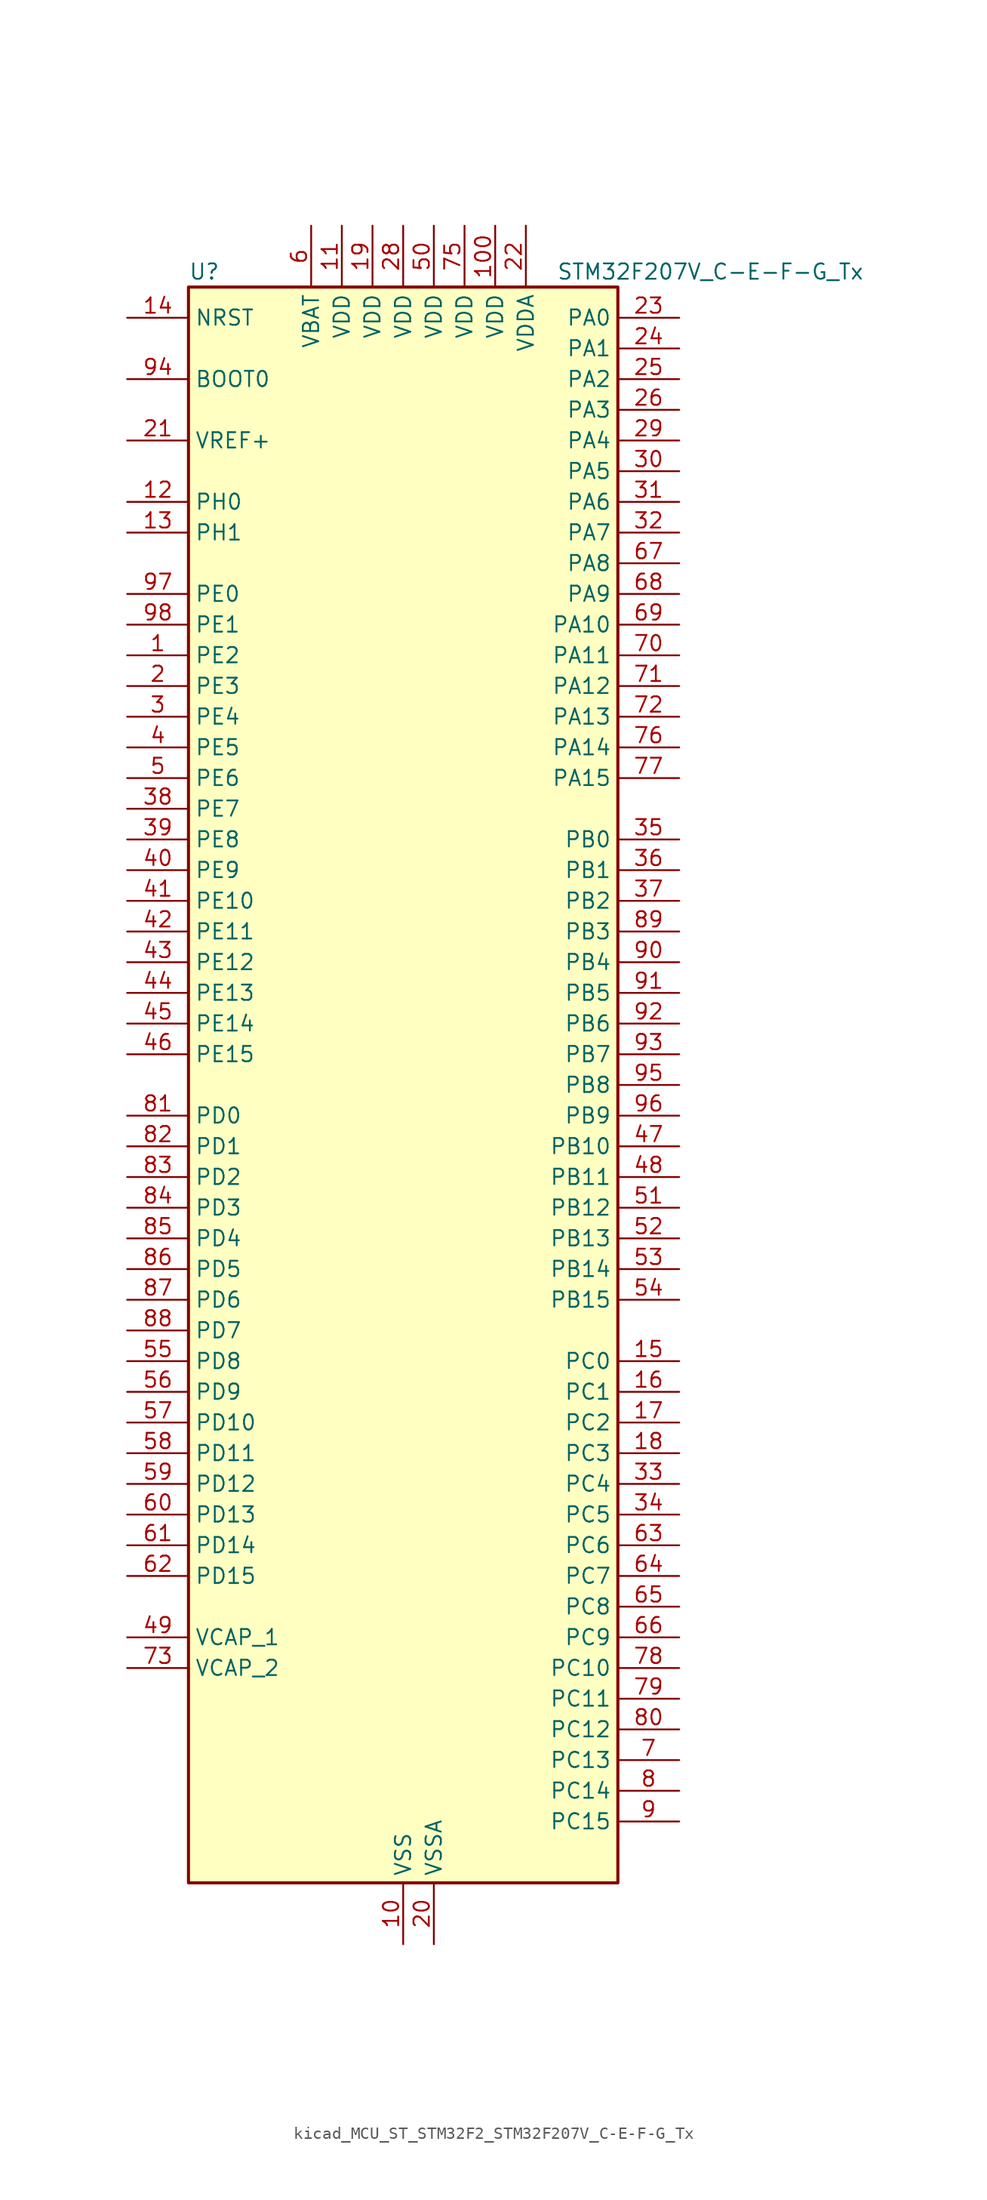
<source format=kicad_sym>
(kicad_symbol_lib
  (version 20220914)
  (generator kicad_symbol_editor)
  (symbol "kicad_MCU_ST_STM32F2_STM32F207V_C-E-F-G_Tx"
    (property "Reference" "U"
      (at -17.78 67.31 0)
      (effects (font (size 1.27 1.27)) (justify left)))
    (property "Value" "STM32F207V_C-E-F-G_Tx"
      (at 12.7 67.31 0)
      (effects (font (size 1.27 1.27)) (justify left)))
    (property "ki_locked" ""
      (at 0 0 0)
      (effects (font (size 1.27 1.27))))
    (symbol "kicad_MCU_ST_STM32F2_STM32F207V_C-E-F-G_Tx_0_1"
      (rectangle (start -17.78 -66.04) (end 17.78 66.04) (stroke (width 0.254) (type default)) (fill (type background))))
    (symbol "kicad_MCU_ST_STM32F2_STM32F207V_C-E-F-G_Tx_1_1"
      (pin bidirectional line (at -22.86 35.56 0) (length 5.08) (name "PE2" (effects (font (size 1.27 1.27)))) (number "1" (effects (font (size 1.27 1.27)))) (alternate "ETH_TXD3" bidirectional line) (alternate "FSMC_A23" bidirectional line) (alternate "SYS_TRACECLK" bidirectional line))
      (pin power_in line (at 0 -71.12 90) (length 5.08) (name "VSS" (effects (font (size 1.27 1.27)))) (number "10" (effects (font (size 1.27 1.27)))))
      (pin power_in line (at 7.62 71.12 270) (length 5.08) (name "VDD" (effects (font (size 1.27 1.27)))) (number "100" (effects (font (size 1.27 1.27)))))
      (pin power_in line (at -5.08 71.12 270) (length 5.08) (name "VDD" (effects (font (size 1.27 1.27)))) (number "11" (effects (font (size 1.27 1.27)))))
      (pin bidirectional line (at -22.86 48.26 0) (length 5.08) (name "PH0" (effects (font (size 1.27 1.27)))) (number "12" (effects (font (size 1.27 1.27)))) (alternate "RCC_OSC_IN" bidirectional line))
      (pin bidirectional line (at -22.86 45.72 0) (length 5.08) (name "PH1" (effects (font (size 1.27 1.27)))) (number "13" (effects (font (size 1.27 1.27)))) (alternate "RCC_OSC_OUT" bidirectional line))
      (pin input line (at -22.86 63.5 0) (length 5.08) (name "NRST" (effects (font (size 1.27 1.27)))) (number "14" (effects (font (size 1.27 1.27)))))
      (pin bidirectional line (at 22.86 -22.86 180) (length 5.08) (name "PC0" (effects (font (size 1.27 1.27)))) (number "15" (effects (font (size 1.27 1.27)))) (alternate "ADC1_IN10" bidirectional line) (alternate "ADC2_IN10" bidirectional line) (alternate "ADC3_IN10" bidirectional line) (alternate "USB_OTG_HS_ULPI_STP" bidirectional line))
      (pin bidirectional line (at 22.86 -25.4 180) (length 5.08) (name "PC1" (effects (font (size 1.27 1.27)))) (number "16" (effects (font (size 1.27 1.27)))) (alternate "ADC1_IN11" bidirectional line) (alternate "ADC2_IN11" bidirectional line) (alternate "ADC3_IN11" bidirectional line) (alternate "ETH_MDC" bidirectional line))
      (pin bidirectional line (at 22.86 -27.94 180) (length 5.08) (name "PC2" (effects (font (size 1.27 1.27)))) (number "17" (effects (font (size 1.27 1.27)))) (alternate "ADC1_IN12" bidirectional line) (alternate "ADC2_IN12" bidirectional line) (alternate "ADC3_IN12" bidirectional line) (alternate "ETH_TXD2" bidirectional line) (alternate "SPI2_MISO" bidirectional line) (alternate "USB_OTG_HS_ULPI_DIR" bidirectional line))
      (pin bidirectional line (at 22.86 -30.48 180) (length 5.08) (name "PC3" (effects (font (size 1.27 1.27)))) (number "18" (effects (font (size 1.27 1.27)))) (alternate "ADC1_IN13" bidirectional line) (alternate "ADC2_IN13" bidirectional line) (alternate "ADC3_IN13" bidirectional line) (alternate "ETH_TX_CLK" bidirectional line) (alternate "I2S2_SD" bidirectional line) (alternate "SPI2_MOSI" bidirectional line) (alternate "USB_OTG_HS_ULPI_NXT" bidirectional line))
      (pin power_in line (at -2.54 71.12 270) (length 5.08) (name "VDD" (effects (font (size 1.27 1.27)))) (number "19" (effects (font (size 1.27 1.27)))))
      (pin bidirectional line (at -22.86 33.02 0) (length 5.08) (name "PE3" (effects (font (size 1.27 1.27)))) (number "2" (effects (font (size 1.27 1.27)))) (alternate "FSMC_A19" bidirectional line) (alternate "SYS_TRACED0" bidirectional line))
      (pin power_in line (at 2.54 -71.12 90) (length 5.08) (name "VSSA" (effects (font (size 1.27 1.27)))) (number "20" (effects (font (size 1.27 1.27)))))
      (pin input line (at -22.86 53.34 0) (length 5.08) (name "VREF+" (effects (font (size 1.27 1.27)))) (number "21" (effects (font (size 1.27 1.27)))))
      (pin power_in line (at 10.16 71.12 270) (length 5.08) (name "VDDA" (effects (font (size 1.27 1.27)))) (number "22" (effects (font (size 1.27 1.27)))))
      (pin bidirectional line (at 22.86 63.5 180) (length 5.08) (name "PA0" (effects (font (size 1.27 1.27)))) (number "23" (effects (font (size 1.27 1.27)))) (alternate "ADC1_IN0" bidirectional line) (alternate "ADC2_IN0" bidirectional line) (alternate "ADC3_IN0" bidirectional line) (alternate "ETH_CRS" bidirectional line) (alternate "SYS_WKUP" bidirectional line) (alternate "TIM2_CH1" bidirectional line) (alternate "TIM2_ETR" bidirectional line) (alternate "TIM5_CH1" bidirectional line) (alternate "TIM8_ETR" bidirectional line) (alternate "UART4_TX" bidirectional line) (alternate "USART2_CTS" bidirectional line))
      (pin bidirectional line (at 22.86 60.96 180) (length 5.08) (name "PA1" (effects (font (size 1.27 1.27)))) (number "24" (effects (font (size 1.27 1.27)))) (alternate "ADC1_IN1" bidirectional line) (alternate "ADC2_IN1" bidirectional line) (alternate "ADC3_IN1" bidirectional line) (alternate "ETH_REF_CLK" bidirectional line) (alternate "ETH_RX_CLK" bidirectional line) (alternate "TIM2_CH2" bidirectional line) (alternate "TIM5_CH2" bidirectional line) (alternate "UART4_RX" bidirectional line) (alternate "USART2_RTS" bidirectional line))
      (pin bidirectional line (at 22.86 58.42 180) (length 5.08) (name "PA2" (effects (font (size 1.27 1.27)))) (number "25" (effects (font (size 1.27 1.27)))) (alternate "ADC1_IN2" bidirectional line) (alternate "ADC2_IN2" bidirectional line) (alternate "ADC3_IN2" bidirectional line) (alternate "ETH_MDIO" bidirectional line) (alternate "TIM2_CH3" bidirectional line) (alternate "TIM5_CH3" bidirectional line) (alternate "TIM9_CH1" bidirectional line) (alternate "USART2_TX" bidirectional line))
      (pin bidirectional line (at 22.86 55.88 180) (length 5.08) (name "PA3" (effects (font (size 1.27 1.27)))) (number "26" (effects (font (size 1.27 1.27)))) (alternate "ADC1_IN3" bidirectional line) (alternate "ADC2_IN3" bidirectional line) (alternate "ADC3_IN3" bidirectional line) (alternate "ETH_COL" bidirectional line) (alternate "TIM2_CH4" bidirectional line) (alternate "TIM5_CH4" bidirectional line) (alternate "TIM9_CH2" bidirectional line) (alternate "USART2_RX" bidirectional line) (alternate "USB_OTG_HS_ULPI_D0" bidirectional line))
      (pin passive line (at 0 -71.12 90) (length 5.08) hide (name "VSS" (effects (font (size 1.27 1.27)))) (number "27" (effects (font (size 1.27 1.27)))))
      (pin power_in line (at 0 71.12 270) (length 5.08) (name "VDD" (effects (font (size 1.27 1.27)))) (number "28" (effects (font (size 1.27 1.27)))))
      (pin bidirectional line (at 22.86 53.34 180) (length 5.08) (name "PA4" (effects (font (size 1.27 1.27)))) (number "29" (effects (font (size 1.27 1.27)))) (alternate "ADC1_IN4" bidirectional line) (alternate "ADC2_IN4" bidirectional line) (alternate "DAC_OUT1" bidirectional line) (alternate "DCMI_HSYNC" bidirectional line) (alternate "I2S3_WS" bidirectional line) (alternate "SPI1_NSS" bidirectional line) (alternate "SPI3_NSS" bidirectional line) (alternate "USART2_CK" bidirectional line) (alternate "USB_OTG_HS_SOF" bidirectional line))
      (pin bidirectional line (at -22.86 30.48 0) (length 5.08) (name "PE4" (effects (font (size 1.27 1.27)))) (number "3" (effects (font (size 1.27 1.27)))) (alternate "DCMI_D4" bidirectional line) (alternate "FSMC_A20" bidirectional line) (alternate "SYS_TRACED1" bidirectional line))
      (pin bidirectional line (at 22.86 50.8 180) (length 5.08) (name "PA5" (effects (font (size 1.27 1.27)))) (number "30" (effects (font (size 1.27 1.27)))) (alternate "ADC1_IN5" bidirectional line) (alternate "ADC2_IN5" bidirectional line) (alternate "DAC_OUT2" bidirectional line) (alternate "SPI1_SCK" bidirectional line) (alternate "TIM2_CH1" bidirectional line) (alternate "TIM2_ETR" bidirectional line) (alternate "TIM8_CH1N" bidirectional line) (alternate "USB_OTG_HS_ULPI_CK" bidirectional line))
      (pin bidirectional line (at 22.86 48.26 180) (length 5.08) (name "PA6" (effects (font (size 1.27 1.27)))) (number "31" (effects (font (size 1.27 1.27)))) (alternate "ADC1_IN6" bidirectional line) (alternate "ADC2_IN6" bidirectional line) (alternate "DCMI_PIXCLK" bidirectional line) (alternate "SPI1_MISO" bidirectional line) (alternate "TIM13_CH1" bidirectional line) (alternate "TIM1_BKIN" bidirectional line) (alternate "TIM3_CH1" bidirectional line) (alternate "TIM8_BKIN" bidirectional line))
      (pin bidirectional line (at 22.86 45.72 180) (length 5.08) (name "PA7" (effects (font (size 1.27 1.27)))) (number "32" (effects (font (size 1.27 1.27)))) (alternate "ADC1_IN7" bidirectional line) (alternate "ADC2_IN7" bidirectional line) (alternate "ETH_CRS_DV" bidirectional line) (alternate "ETH_RX_DV" bidirectional line) (alternate "SPI1_MOSI" bidirectional line) (alternate "TIM14_CH1" bidirectional line) (alternate "TIM1_CH1N" bidirectional line) (alternate "TIM3_CH2" bidirectional line) (alternate "TIM8_CH1N" bidirectional line))
      (pin bidirectional line (at 22.86 -33.02 180) (length 5.08) (name "PC4" (effects (font (size 1.27 1.27)))) (number "33" (effects (font (size 1.27 1.27)))) (alternate "ADC1_IN14" bidirectional line) (alternate "ADC2_IN14" bidirectional line) (alternate "ETH_RXD0" bidirectional line))
      (pin bidirectional line (at 22.86 -35.56 180) (length 5.08) (name "PC5" (effects (font (size 1.27 1.27)))) (number "34" (effects (font (size 1.27 1.27)))) (alternate "ADC1_IN15" bidirectional line) (alternate "ADC2_IN15" bidirectional line) (alternate "ETH_RXD1" bidirectional line))
      (pin bidirectional line (at 22.86 20.32 180) (length 5.08) (name "PB0" (effects (font (size 1.27 1.27)))) (number "35" (effects (font (size 1.27 1.27)))) (alternate "ADC1_IN8" bidirectional line) (alternate "ADC2_IN8" bidirectional line) (alternate "ETH_RXD2" bidirectional line) (alternate "TIM1_CH2N" bidirectional line) (alternate "TIM3_CH3" bidirectional line) (alternate "TIM8_CH2N" bidirectional line) (alternate "USB_OTG_HS_ULPI_D1" bidirectional line))
      (pin bidirectional line (at 22.86 17.78 180) (length 5.08) (name "PB1" (effects (font (size 1.27 1.27)))) (number "36" (effects (font (size 1.27 1.27)))) (alternate "ADC1_IN9" bidirectional line) (alternate "ADC2_IN9" bidirectional line) (alternate "ETH_RXD3" bidirectional line) (alternate "TIM1_CH3N" bidirectional line) (alternate "TIM3_CH4" bidirectional line) (alternate "TIM8_CH3N" bidirectional line) (alternate "USB_OTG_HS_ULPI_D2" bidirectional line))
      (pin bidirectional line (at 22.86 15.24 180) (length 5.08) (name "PB2" (effects (font (size 1.27 1.27)))) (number "37" (effects (font (size 1.27 1.27)))))
      (pin bidirectional line (at -22.86 22.86 0) (length 5.08) (name "PE7" (effects (font (size 1.27 1.27)))) (number "38" (effects (font (size 1.27 1.27)))) (alternate "FSMC_D4" bidirectional line) (alternate "FSMC_DA4" bidirectional line) (alternate "TIM1_ETR" bidirectional line))
      (pin bidirectional line (at -22.86 20.32 0) (length 5.08) (name "PE8" (effects (font (size 1.27 1.27)))) (number "39" (effects (font (size 1.27 1.27)))) (alternate "FSMC_D5" bidirectional line) (alternate "FSMC_DA5" bidirectional line) (alternate "TIM1_CH1N" bidirectional line))
      (pin bidirectional line (at -22.86 27.94 0) (length 5.08) (name "PE5" (effects (font (size 1.27 1.27)))) (number "4" (effects (font (size 1.27 1.27)))) (alternate "DCMI_D6" bidirectional line) (alternate "FSMC_A21" bidirectional line) (alternate "SYS_TRACED2" bidirectional line) (alternate "TIM9_CH1" bidirectional line))
      (pin bidirectional line (at -22.86 17.78 0) (length 5.08) (name "PE9" (effects (font (size 1.27 1.27)))) (number "40" (effects (font (size 1.27 1.27)))) (alternate "DAC_EXTI9" bidirectional line) (alternate "FSMC_D6" bidirectional line) (alternate "FSMC_DA6" bidirectional line) (alternate "TIM1_CH1" bidirectional line))
      (pin bidirectional line (at -22.86 15.24 0) (length 5.08) (name "PE10" (effects (font (size 1.27 1.27)))) (number "41" (effects (font (size 1.27 1.27)))) (alternate "FSMC_D7" bidirectional line) (alternate "FSMC_DA7" bidirectional line) (alternate "TIM1_CH2N" bidirectional line))
      (pin bidirectional line (at -22.86 12.7 0) (length 5.08) (name "PE11" (effects (font (size 1.27 1.27)))) (number "42" (effects (font (size 1.27 1.27)))) (alternate "ADC1_EXTI11" bidirectional line) (alternate "ADC2_EXTI11" bidirectional line) (alternate "ADC3_EXTI11" bidirectional line) (alternate "FSMC_D8" bidirectional line) (alternate "FSMC_DA8" bidirectional line) (alternate "TIM1_CH2" bidirectional line))
      (pin bidirectional line (at -22.86 10.16 0) (length 5.08) (name "PE12" (effects (font (size 1.27 1.27)))) (number "43" (effects (font (size 1.27 1.27)))) (alternate "FSMC_D9" bidirectional line) (alternate "FSMC_DA9" bidirectional line) (alternate "TIM1_CH3N" bidirectional line))
      (pin bidirectional line (at -22.86 7.62 0) (length 5.08) (name "PE13" (effects (font (size 1.27 1.27)))) (number "44" (effects (font (size 1.27 1.27)))) (alternate "FSMC_D10" bidirectional line) (alternate "FSMC_DA10" bidirectional line) (alternate "TIM1_CH3" bidirectional line))
      (pin bidirectional line (at -22.86 5.08 0) (length 5.08) (name "PE14" (effects (font (size 1.27 1.27)))) (number "45" (effects (font (size 1.27 1.27)))) (alternate "FSMC_D11" bidirectional line) (alternate "FSMC_DA11" bidirectional line) (alternate "TIM1_CH4" bidirectional line))
      (pin bidirectional line (at -22.86 2.54 0) (length 5.08) (name "PE15" (effects (font (size 1.27 1.27)))) (number "46" (effects (font (size 1.27 1.27)))) (alternate "ADC1_EXTI15" bidirectional line) (alternate "ADC2_EXTI15" bidirectional line) (alternate "ADC3_EXTI15" bidirectional line) (alternate "FSMC_D12" bidirectional line) (alternate "FSMC_DA12" bidirectional line) (alternate "TIM1_BKIN" bidirectional line))
      (pin bidirectional line (at 22.86 -5.08 180) (length 5.08) (name "PB10" (effects (font (size 1.27 1.27)))) (number "47" (effects (font (size 1.27 1.27)))) (alternate "ETH_RX_ER" bidirectional line) (alternate "I2C2_SCL" bidirectional line) (alternate "I2S2_SCK" bidirectional line) (alternate "SPI2_SCK" bidirectional line) (alternate "TIM2_CH3" bidirectional line) (alternate "USART3_TX" bidirectional line) (alternate "USB_OTG_HS_ULPI_D3" bidirectional line))
      (pin bidirectional line (at 22.86 -7.62 180) (length 5.08) (name "PB11" (effects (font (size 1.27 1.27)))) (number "48" (effects (font (size 1.27 1.27)))) (alternate "ADC1_EXTI11" bidirectional line) (alternate "ADC2_EXTI11" bidirectional line) (alternate "ADC3_EXTI11" bidirectional line) (alternate "ETH_TX_EN" bidirectional line) (alternate "I2C2_SDA" bidirectional line) (alternate "TIM2_CH4" bidirectional line) (alternate "USART3_RX" bidirectional line) (alternate "USB_OTG_HS_ULPI_D4" bidirectional line))
      (pin power_out line (at -22.86 -45.72 0) (length 5.08) (name "VCAP_1" (effects (font (size 1.27 1.27)))) (number "49" (effects (font (size 1.27 1.27)))))
      (pin bidirectional line (at -22.86 25.4 0) (length 5.08) (name "PE6" (effects (font (size 1.27 1.27)))) (number "5" (effects (font (size 1.27 1.27)))) (alternate "DCMI_D7" bidirectional line) (alternate "FSMC_A22" bidirectional line) (alternate "SYS_TRACED3" bidirectional line) (alternate "TIM9_CH2" bidirectional line))
      (pin power_in line (at 2.54 71.12 270) (length 5.08) (name "VDD" (effects (font (size 1.27 1.27)))) (number "50" (effects (font (size 1.27 1.27)))))
      (pin bidirectional line (at 22.86 -10.16 180) (length 5.08) (name "PB12" (effects (font (size 1.27 1.27)))) (number "51" (effects (font (size 1.27 1.27)))) (alternate "CAN2_RX" bidirectional line) (alternate "ETH_TXD0" bidirectional line) (alternate "I2C2_SMBA" bidirectional line) (alternate "I2S2_WS" bidirectional line) (alternate "SPI2_NSS" bidirectional line) (alternate "TIM1_BKIN" bidirectional line) (alternate "USART3_CK" bidirectional line) (alternate "USB_OTG_HS_ID" bidirectional line) (alternate "USB_OTG_HS_ULPI_D5" bidirectional line))
      (pin bidirectional line (at 22.86 -12.7 180) (length 5.08) (name "PB13" (effects (font (size 1.27 1.27)))) (number "52" (effects (font (size 1.27 1.27)))) (alternate "CAN2_TX" bidirectional line) (alternate "ETH_TXD1" bidirectional line) (alternate "I2S2_SCK" bidirectional line) (alternate "SPI2_SCK" bidirectional line) (alternate "TIM1_CH1N" bidirectional line) (alternate "USART3_CTS" bidirectional line) (alternate "USB_OTG_HS_ULPI_D6" bidirectional line) (alternate "USB_OTG_HS_VBUS" bidirectional line))
      (pin bidirectional line (at 22.86 -15.24 180) (length 5.08) (name "PB14" (effects (font (size 1.27 1.27)))) (number "53" (effects (font (size 1.27 1.27)))) (alternate "SPI2_MISO" bidirectional line) (alternate "TIM12_CH1" bidirectional line) (alternate "TIM1_CH2N" bidirectional line) (alternate "TIM8_CH2N" bidirectional line) (alternate "USART3_RTS" bidirectional line) (alternate "USB_OTG_HS_DM" bidirectional line))
      (pin bidirectional line (at 22.86 -17.78 180) (length 5.08) (name "PB15" (effects (font (size 1.27 1.27)))) (number "54" (effects (font (size 1.27 1.27)))) (alternate "ADC1_EXTI15" bidirectional line) (alternate "ADC2_EXTI15" bidirectional line) (alternate "ADC3_EXTI15" bidirectional line) (alternate "I2S2_SD" bidirectional line) (alternate "RTC_REFIN" bidirectional line) (alternate "SPI2_MOSI" bidirectional line) (alternate "TIM12_CH2" bidirectional line) (alternate "TIM1_CH3N" bidirectional line) (alternate "TIM8_CH3N" bidirectional line) (alternate "USB_OTG_HS_DP" bidirectional line))
      (pin bidirectional line (at -22.86 -22.86 0) (length 5.08) (name "PD8" (effects (font (size 1.27 1.27)))) (number "55" (effects (font (size 1.27 1.27)))) (alternate "FSMC_D13" bidirectional line) (alternate "FSMC_DA13" bidirectional line) (alternate "USART3_TX" bidirectional line))
      (pin bidirectional line (at -22.86 -25.4 0) (length 5.08) (name "PD9" (effects (font (size 1.27 1.27)))) (number "56" (effects (font (size 1.27 1.27)))) (alternate "DAC_EXTI9" bidirectional line) (alternate "FSMC_D14" bidirectional line) (alternate "FSMC_DA14" bidirectional line) (alternate "USART3_RX" bidirectional line))
      (pin bidirectional line (at -22.86 -27.94 0) (length 5.08) (name "PD10" (effects (font (size 1.27 1.27)))) (number "57" (effects (font (size 1.27 1.27)))) (alternate "FSMC_D15" bidirectional line) (alternate "FSMC_DA15" bidirectional line) (alternate "USART3_CK" bidirectional line))
      (pin bidirectional line (at -22.86 -30.48 0) (length 5.08) (name "PD11" (effects (font (size 1.27 1.27)))) (number "58" (effects (font (size 1.27 1.27)))) (alternate "ADC1_EXTI11" bidirectional line) (alternate "ADC2_EXTI11" bidirectional line) (alternate "ADC3_EXTI11" bidirectional line) (alternate "FSMC_A16" bidirectional line) (alternate "FSMC_CLE" bidirectional line) (alternate "USART3_CTS" bidirectional line))
      (pin bidirectional line (at -22.86 -33.02 0) (length 5.08) (name "PD12" (effects (font (size 1.27 1.27)))) (number "59" (effects (font (size 1.27 1.27)))) (alternate "FSMC_A17" bidirectional line) (alternate "FSMC_ALE" bidirectional line) (alternate "TIM4_CH1" bidirectional line) (alternate "USART3_RTS" bidirectional line))
      (pin power_in line (at -7.62 71.12 270) (length 5.08) (name "VBAT" (effects (font (size 1.27 1.27)))) (number "6" (effects (font (size 1.27 1.27)))))
      (pin bidirectional line (at -22.86 -35.56 0) (length 5.08) (name "PD13" (effects (font (size 1.27 1.27)))) (number "60" (effects (font (size 1.27 1.27)))) (alternate "FSMC_A18" bidirectional line) (alternate "TIM4_CH2" bidirectional line))
      (pin bidirectional line (at -22.86 -38.1 0) (length 5.08) (name "PD14" (effects (font (size 1.27 1.27)))) (number "61" (effects (font (size 1.27 1.27)))) (alternate "FSMC_D0" bidirectional line) (alternate "FSMC_DA0" bidirectional line) (alternate "TIM4_CH3" bidirectional line))
      (pin bidirectional line (at -22.86 -40.64 0) (length 5.08) (name "PD15" (effects (font (size 1.27 1.27)))) (number "62" (effects (font (size 1.27 1.27)))) (alternate "ADC1_EXTI15" bidirectional line) (alternate "ADC2_EXTI15" bidirectional line) (alternate "ADC3_EXTI15" bidirectional line) (alternate "FSMC_D1" bidirectional line) (alternate "FSMC_DA1" bidirectional line) (alternate "TIM4_CH4" bidirectional line))
      (pin bidirectional line (at 22.86 -38.1 180) (length 5.08) (name "PC6" (effects (font (size 1.27 1.27)))) (number "63" (effects (font (size 1.27 1.27)))) (alternate "DCMI_D0" bidirectional line) (alternate "I2S2_MCK" bidirectional line) (alternate "SDIO_D6" bidirectional line) (alternate "TIM3_CH1" bidirectional line) (alternate "TIM8_CH1" bidirectional line) (alternate "USART6_TX" bidirectional line))
      (pin bidirectional line (at 22.86 -40.64 180) (length 5.08) (name "PC7" (effects (font (size 1.27 1.27)))) (number "64" (effects (font (size 1.27 1.27)))) (alternate "DCMI_D1" bidirectional line) (alternate "I2S3_MCK" bidirectional line) (alternate "SDIO_D7" bidirectional line) (alternate "TIM3_CH2" bidirectional line) (alternate "TIM8_CH2" bidirectional line) (alternate "USART6_RX" bidirectional line))
      (pin bidirectional line (at 22.86 -43.18 180) (length 5.08) (name "PC8" (effects (font (size 1.27 1.27)))) (number "65" (effects (font (size 1.27 1.27)))) (alternate "DCMI_D2" bidirectional line) (alternate "SDIO_D0" bidirectional line) (alternate "TIM3_CH3" bidirectional line) (alternate "TIM8_CH3" bidirectional line) (alternate "USART6_CK" bidirectional line))
      (pin bidirectional line (at 22.86 -45.72 180) (length 5.08) (name "PC9" (effects (font (size 1.27 1.27)))) (number "66" (effects (font (size 1.27 1.27)))) (alternate "DAC_EXTI9" bidirectional line) (alternate "DCMI_D3" bidirectional line) (alternate "I2C3_SDA" bidirectional line) (alternate "I2S_CKIN" bidirectional line) (alternate "RCC_MCO_2" bidirectional line) (alternate "SDIO_D1" bidirectional line) (alternate "TIM3_CH4" bidirectional line) (alternate "TIM8_CH4" bidirectional line))
      (pin bidirectional line (at 22.86 43.18 180) (length 5.08) (name "PA8" (effects (font (size 1.27 1.27)))) (number "67" (effects (font (size 1.27 1.27)))) (alternate "I2C3_SCL" bidirectional line) (alternate "RCC_MCO_1" bidirectional line) (alternate "TIM1_CH1" bidirectional line) (alternate "USART1_CK" bidirectional line) (alternate "USB_OTG_FS_SOF" bidirectional line))
      (pin bidirectional line (at 22.86 40.64 180) (length 5.08) (name "PA9" (effects (font (size 1.27 1.27)))) (number "68" (effects (font (size 1.27 1.27)))) (alternate "DAC_EXTI9" bidirectional line) (alternate "DCMI_D0" bidirectional line) (alternate "I2C3_SMBA" bidirectional line) (alternate "TIM1_CH2" bidirectional line) (alternate "USART1_TX" bidirectional line) (alternate "USB_OTG_FS_VBUS" bidirectional line))
      (pin bidirectional line (at 22.86 38.1 180) (length 5.08) (name "PA10" (effects (font (size 1.27 1.27)))) (number "69" (effects (font (size 1.27 1.27)))) (alternate "DCMI_D1" bidirectional line) (alternate "TIM1_CH3" bidirectional line) (alternate "USART1_RX" bidirectional line) (alternate "USB_OTG_FS_ID" bidirectional line))
      (pin bidirectional line (at 22.86 -55.88 180) (length 5.08) (name "PC13" (effects (font (size 1.27 1.27)))) (number "7" (effects (font (size 1.27 1.27)))) (alternate "RTC_AF1" bidirectional line))
      (pin bidirectional line (at 22.86 35.56 180) (length 5.08) (name "PA11" (effects (font (size 1.27 1.27)))) (number "70" (effects (font (size 1.27 1.27)))) (alternate "ADC1_EXTI11" bidirectional line) (alternate "ADC2_EXTI11" bidirectional line) (alternate "ADC3_EXTI11" bidirectional line) (alternate "CAN1_RX" bidirectional line) (alternate "TIM1_CH4" bidirectional line) (alternate "USART1_CTS" bidirectional line) (alternate "USB_OTG_FS_DM" bidirectional line))
      (pin bidirectional line (at 22.86 33.02 180) (length 5.08) (name "PA12" (effects (font (size 1.27 1.27)))) (number "71" (effects (font (size 1.27 1.27)))) (alternate "CAN1_TX" bidirectional line) (alternate "TIM1_ETR" bidirectional line) (alternate "USART1_RTS" bidirectional line) (alternate "USB_OTG_FS_DP" bidirectional line))
      (pin bidirectional line (at 22.86 30.48 180) (length 5.08) (name "PA13" (effects (font (size 1.27 1.27)))) (number "72" (effects (font (size 1.27 1.27)))) (alternate "SYS_JTMS-SWDIO" bidirectional line))
      (pin power_out line (at -22.86 -48.26 0) (length 5.08) (name "VCAP_2" (effects (font (size 1.27 1.27)))) (number "73" (effects (font (size 1.27 1.27)))))
      (pin passive line (at 0 -71.12 90) (length 5.08) hide (name "VSS" (effects (font (size 1.27 1.27)))) (number "74" (effects (font (size 1.27 1.27)))))
      (pin power_in line (at 5.08 71.12 270) (length 5.08) (name "VDD" (effects (font (size 1.27 1.27)))) (number "75" (effects (font (size 1.27 1.27)))))
      (pin bidirectional line (at 22.86 27.94 180) (length 5.08) (name "PA14" (effects (font (size 1.27 1.27)))) (number "76" (effects (font (size 1.27 1.27)))) (alternate "SYS_JTCK-SWCLK" bidirectional line))
      (pin bidirectional line (at 22.86 25.4 180) (length 5.08) (name "PA15" (effects (font (size 1.27 1.27)))) (number "77" (effects (font (size 1.27 1.27)))) (alternate "ADC1_EXTI15" bidirectional line) (alternate "ADC2_EXTI15" bidirectional line) (alternate "ADC3_EXTI15" bidirectional line) (alternate "I2S3_WS" bidirectional line) (alternate "SPI1_NSS" bidirectional line) (alternate "SPI3_NSS" bidirectional line) (alternate "SYS_JTDI" bidirectional line) (alternate "TIM2_CH1" bidirectional line) (alternate "TIM2_ETR" bidirectional line))
      (pin bidirectional line (at 22.86 -48.26 180) (length 5.08) (name "PC10" (effects (font (size 1.27 1.27)))) (number "78" (effects (font (size 1.27 1.27)))) (alternate "DCMI_D8" bidirectional line) (alternate "I2S3_SCK" bidirectional line) (alternate "SDIO_D2" bidirectional line) (alternate "SPI3_SCK" bidirectional line) (alternate "UART4_TX" bidirectional line) (alternate "USART3_TX" bidirectional line))
      (pin bidirectional line (at 22.86 -50.8 180) (length 5.08) (name "PC11" (effects (font (size 1.27 1.27)))) (number "79" (effects (font (size 1.27 1.27)))) (alternate "ADC1_EXTI11" bidirectional line) (alternate "ADC2_EXTI11" bidirectional line) (alternate "ADC3_EXTI11" bidirectional line) (alternate "DCMI_D4" bidirectional line) (alternate "SDIO_D3" bidirectional line) (alternate "SPI3_MISO" bidirectional line) (alternate "UART4_RX" bidirectional line) (alternate "USART3_RX" bidirectional line))
      (pin bidirectional line (at 22.86 -58.42 180) (length 5.08) (name "PC14" (effects (font (size 1.27 1.27)))) (number "8" (effects (font (size 1.27 1.27)))) (alternate "RCC_OSC32_IN" bidirectional line))
      (pin bidirectional line (at 22.86 -53.34 180) (length 5.08) (name "PC12" (effects (font (size 1.27 1.27)))) (number "80" (effects (font (size 1.27 1.27)))) (alternate "DCMI_D9" bidirectional line) (alternate "I2S3_SD" bidirectional line) (alternate "SDIO_CK" bidirectional line) (alternate "SPI3_MOSI" bidirectional line) (alternate "UART5_TX" bidirectional line) (alternate "USART3_CK" bidirectional line))
      (pin bidirectional line (at -22.86 -2.54 0) (length 5.08) (name "PD0" (effects (font (size 1.27 1.27)))) (number "81" (effects (font (size 1.27 1.27)))) (alternate "CAN1_RX" bidirectional line) (alternate "FSMC_D2" bidirectional line) (alternate "FSMC_DA2" bidirectional line))
      (pin bidirectional line (at -22.86 -5.08 0) (length 5.08) (name "PD1" (effects (font (size 1.27 1.27)))) (number "82" (effects (font (size 1.27 1.27)))) (alternate "CAN1_TX" bidirectional line) (alternate "FSMC_D3" bidirectional line) (alternate "FSMC_DA3" bidirectional line))
      (pin bidirectional line (at -22.86 -7.62 0) (length 5.08) (name "PD2" (effects (font (size 1.27 1.27)))) (number "83" (effects (font (size 1.27 1.27)))) (alternate "DCMI_D11" bidirectional line) (alternate "SDIO_CMD" bidirectional line) (alternate "TIM3_ETR" bidirectional line) (alternate "UART5_RX" bidirectional line))
      (pin bidirectional line (at -22.86 -10.16 0) (length 5.08) (name "PD3" (effects (font (size 1.27 1.27)))) (number "84" (effects (font (size 1.27 1.27)))) (alternate "FSMC_CLK" bidirectional line) (alternate "USART2_CTS" bidirectional line))
      (pin bidirectional line (at -22.86 -12.7 0) (length 5.08) (name "PD4" (effects (font (size 1.27 1.27)))) (number "85" (effects (font (size 1.27 1.27)))) (alternate "FSMC_NOE" bidirectional line) (alternate "USART2_RTS" bidirectional line))
      (pin bidirectional line (at -22.86 -15.24 0) (length 5.08) (name "PD5" (effects (font (size 1.27 1.27)))) (number "86" (effects (font (size 1.27 1.27)))) (alternate "FSMC_NWE" bidirectional line) (alternate "USART2_TX" bidirectional line))
      (pin bidirectional line (at -22.86 -17.78 0) (length 5.08) (name "PD6" (effects (font (size 1.27 1.27)))) (number "87" (effects (font (size 1.27 1.27)))) (alternate "FSMC_NWAIT" bidirectional line) (alternate "USART2_RX" bidirectional line))
      (pin bidirectional line (at -22.86 -20.32 0) (length 5.08) (name "PD7" (effects (font (size 1.27 1.27)))) (number "88" (effects (font (size 1.27 1.27)))) (alternate "FSMC_NCE2" bidirectional line) (alternate "FSMC_NE1" bidirectional line) (alternate "USART2_CK" bidirectional line))
      (pin bidirectional line (at 22.86 12.7 180) (length 5.08) (name "PB3" (effects (font (size 1.27 1.27)))) (number "89" (effects (font (size 1.27 1.27)))) (alternate "I2S3_SCK" bidirectional line) (alternate "SPI1_SCK" bidirectional line) (alternate "SPI3_SCK" bidirectional line) (alternate "SYS_JTDO-SWO" bidirectional line) (alternate "TIM2_CH2" bidirectional line))
      (pin bidirectional line (at 22.86 -60.96 180) (length 5.08) (name "PC15" (effects (font (size 1.27 1.27)))) (number "9" (effects (font (size 1.27 1.27)))) (alternate "ADC1_EXTI15" bidirectional line) (alternate "ADC2_EXTI15" bidirectional line) (alternate "ADC3_EXTI15" bidirectional line) (alternate "RCC_OSC32_OUT" bidirectional line))
      (pin bidirectional line (at 22.86 10.16 180) (length 5.08) (name "PB4" (effects (font (size 1.27 1.27)))) (number "90" (effects (font (size 1.27 1.27)))) (alternate "SPI1_MISO" bidirectional line) (alternate "SPI3_MISO" bidirectional line) (alternate "SYS_JTRST" bidirectional line) (alternate "TIM3_CH1" bidirectional line))
      (pin bidirectional line (at 22.86 7.62 180) (length 5.08) (name "PB5" (effects (font (size 1.27 1.27)))) (number "91" (effects (font (size 1.27 1.27)))) (alternate "CAN2_RX" bidirectional line) (alternate "DCMI_D10" bidirectional line) (alternate "ETH_PPS_OUT" bidirectional line) (alternate "I2C1_SMBA" bidirectional line) (alternate "I2S3_SD" bidirectional line) (alternate "SPI1_MOSI" bidirectional line) (alternate "SPI3_MOSI" bidirectional line) (alternate "TIM3_CH2" bidirectional line) (alternate "USB_OTG_HS_ULPI_D7" bidirectional line))
      (pin bidirectional line (at 22.86 5.08 180) (length 5.08) (name "PB6" (effects (font (size 1.27 1.27)))) (number "92" (effects (font (size 1.27 1.27)))) (alternate "CAN2_TX" bidirectional line) (alternate "DCMI_D5" bidirectional line) (alternate "I2C1_SCL" bidirectional line) (alternate "TIM4_CH1" bidirectional line) (alternate "USART1_TX" bidirectional line))
      (pin bidirectional line (at 22.86 2.54 180) (length 5.08) (name "PB7" (effects (font (size 1.27 1.27)))) (number "93" (effects (font (size 1.27 1.27)))) (alternate "DCMI_VSYNC" bidirectional line) (alternate "FSMC_NL" bidirectional line) (alternate "I2C1_SDA" bidirectional line) (alternate "TIM4_CH2" bidirectional line) (alternate "USART1_RX" bidirectional line))
      (pin input line (at -22.86 58.42 0) (length 5.08) (name "BOOT0" (effects (font (size 1.27 1.27)))) (number "94" (effects (font (size 1.27 1.27)))))
      (pin bidirectional line (at 22.86 0 180) (length 5.08) (name "PB8" (effects (font (size 1.27 1.27)))) (number "95" (effects (font (size 1.27 1.27)))) (alternate "CAN1_RX" bidirectional line) (alternate "DCMI_D6" bidirectional line) (alternate "ETH_TXD3" bidirectional line) (alternate "I2C1_SCL" bidirectional line) (alternate "SDIO_D4" bidirectional line) (alternate "TIM10_CH1" bidirectional line) (alternate "TIM4_CH3" bidirectional line))
      (pin bidirectional line (at 22.86 -2.54 180) (length 5.08) (name "PB9" (effects (font (size 1.27 1.27)))) (number "96" (effects (font (size 1.27 1.27)))) (alternate "CAN1_TX" bidirectional line) (alternate "DAC_EXTI9" bidirectional line) (alternate "DCMI_D7" bidirectional line) (alternate "I2C1_SDA" bidirectional line) (alternate "I2S2_WS" bidirectional line) (alternate "SDIO_D5" bidirectional line) (alternate "SPI2_NSS" bidirectional line) (alternate "TIM11_CH1" bidirectional line) (alternate "TIM4_CH4" bidirectional line))
      (pin bidirectional line (at -22.86 40.64 0) (length 5.08) (name "PE0" (effects (font (size 1.27 1.27)))) (number "97" (effects (font (size 1.27 1.27)))) (alternate "DCMI_D2" bidirectional line) (alternate "FSMC_NBL0" bidirectional line) (alternate "TIM4_ETR" bidirectional line))
      (pin bidirectional line (at -22.86 38.1 0) (length 5.08) (name "PE1" (effects (font (size 1.27 1.27)))) (number "98" (effects (font (size 1.27 1.27)))) (alternate "DCMI_D3" bidirectional line) (alternate "FSMC_NBL1" bidirectional line))
      (pin no_connect line (at -17.78 -66.04 0) (length 5.08) hide (name "RFU" (effects (font (size 1.27 1.27)))) (number "99" (effects (font (size 1.27 1.27))))))))
</source>
